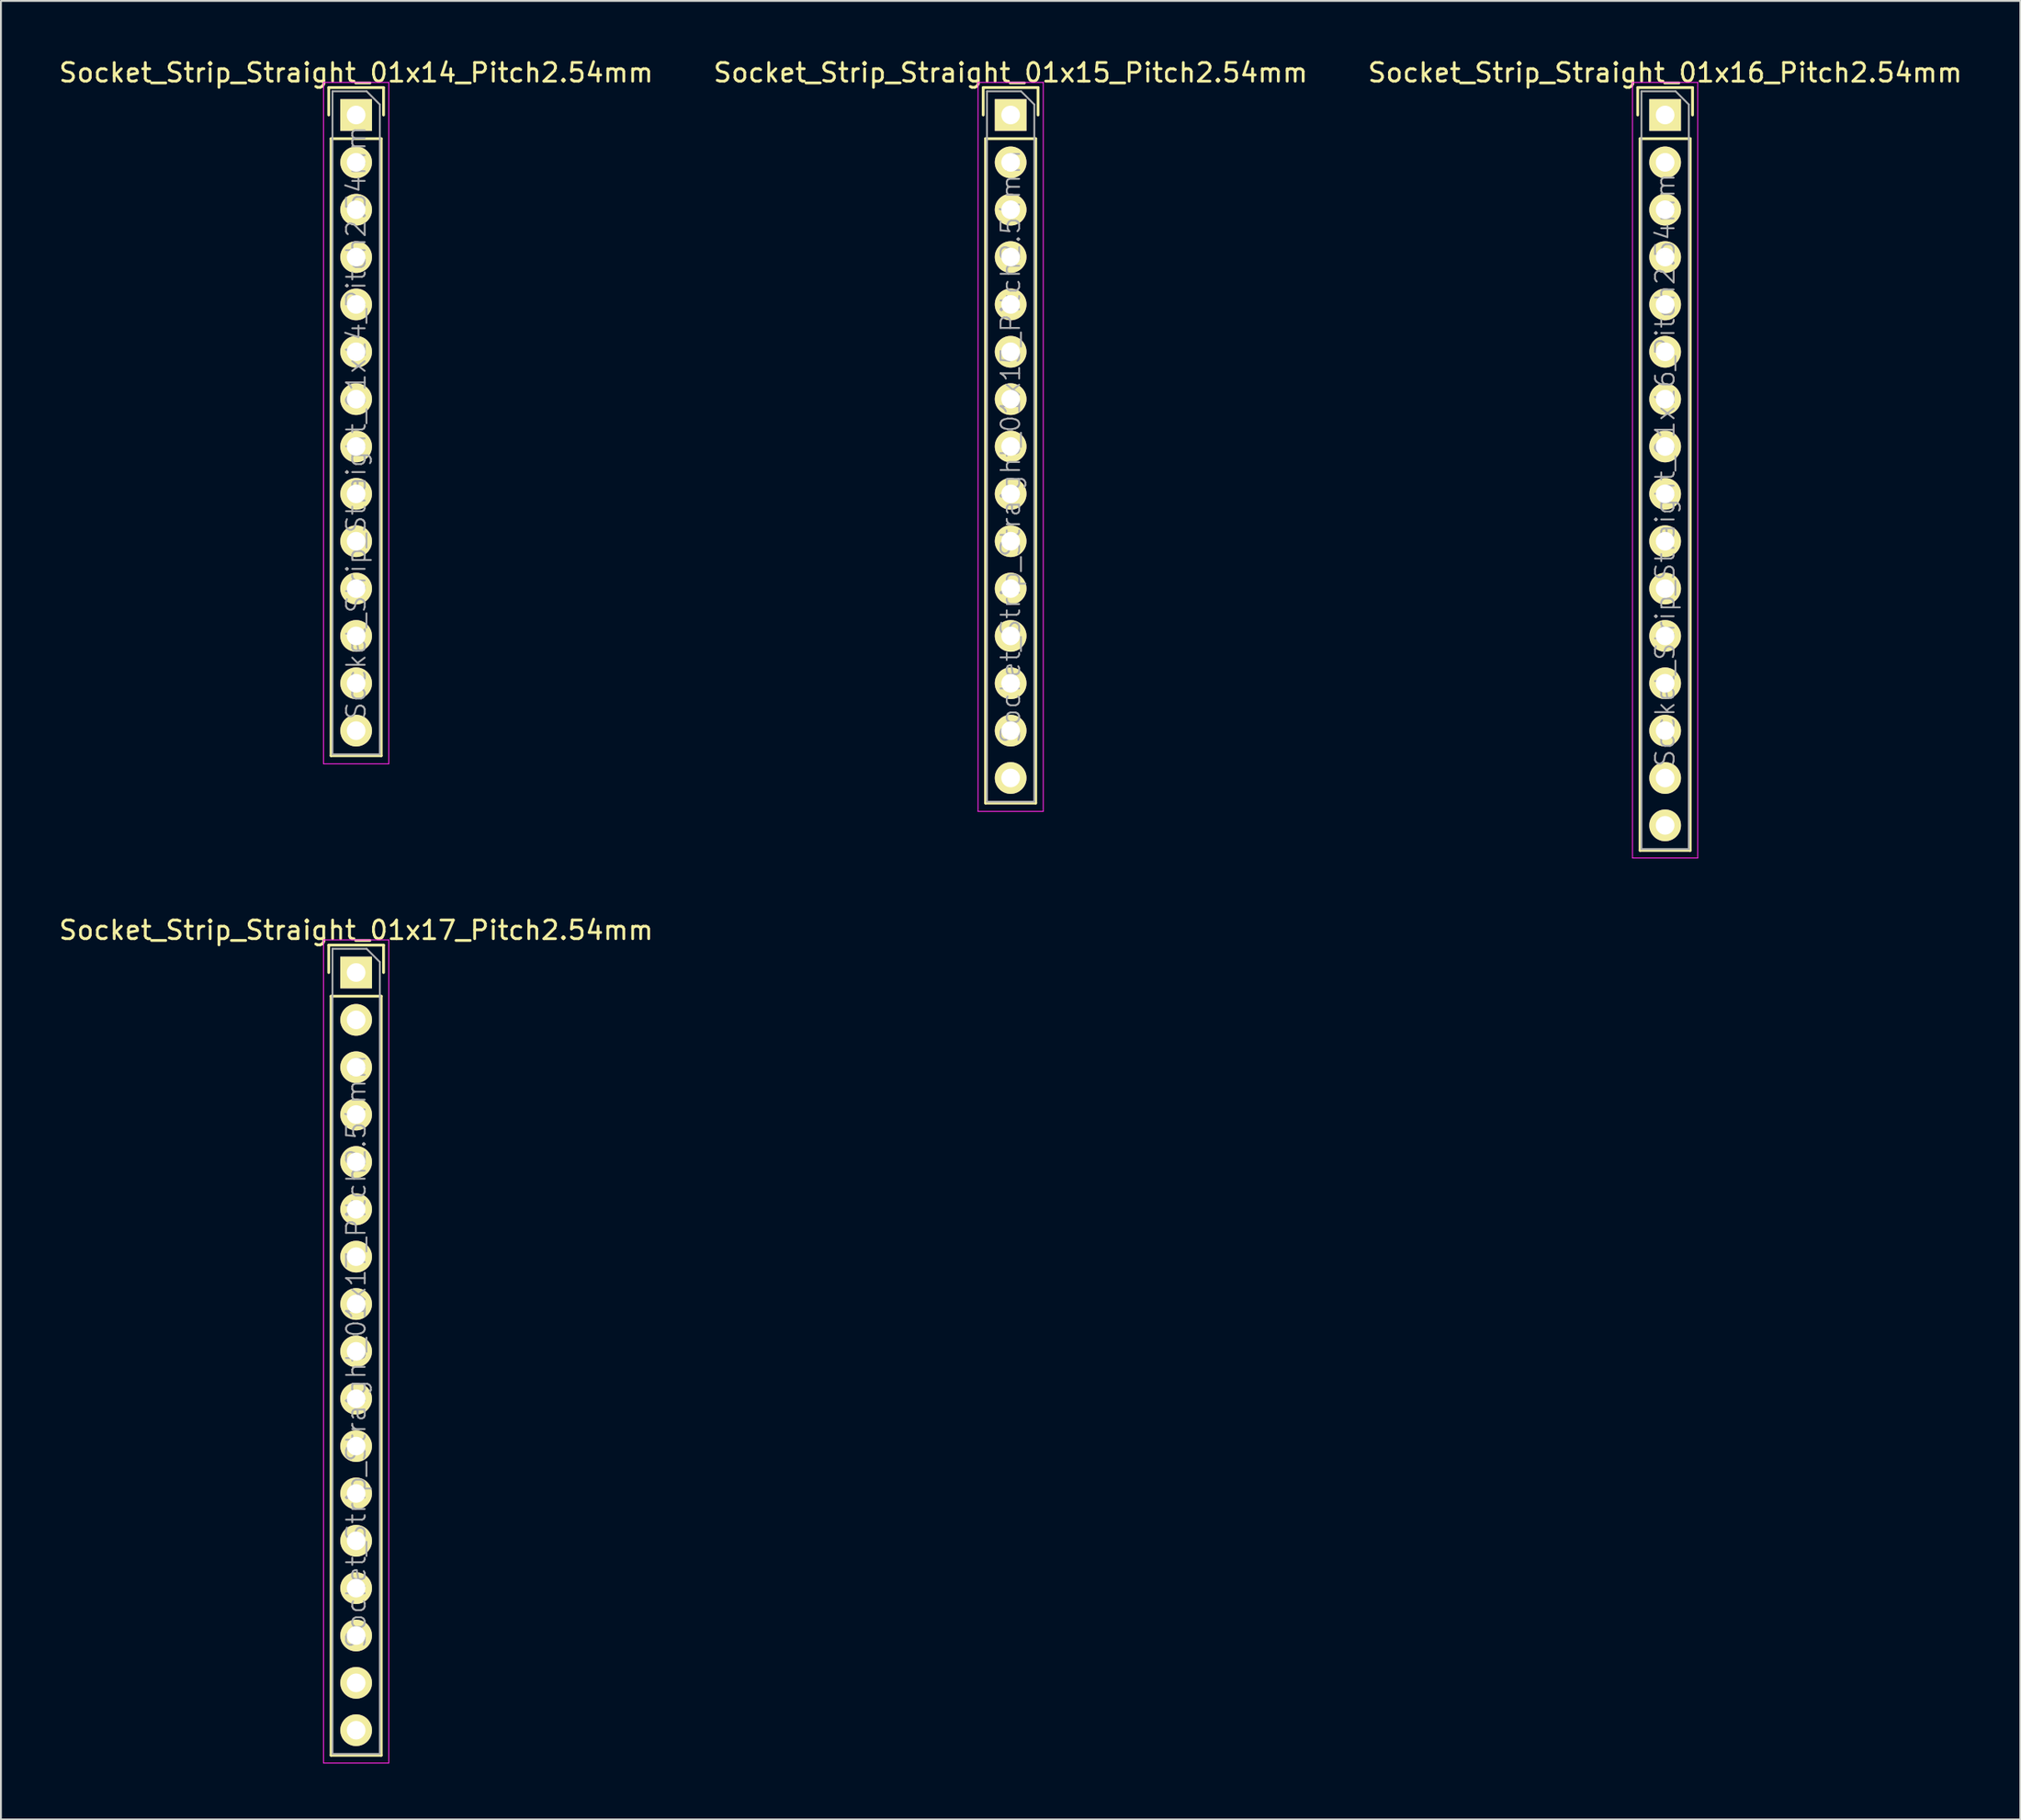
<source format=kicad_pcb>
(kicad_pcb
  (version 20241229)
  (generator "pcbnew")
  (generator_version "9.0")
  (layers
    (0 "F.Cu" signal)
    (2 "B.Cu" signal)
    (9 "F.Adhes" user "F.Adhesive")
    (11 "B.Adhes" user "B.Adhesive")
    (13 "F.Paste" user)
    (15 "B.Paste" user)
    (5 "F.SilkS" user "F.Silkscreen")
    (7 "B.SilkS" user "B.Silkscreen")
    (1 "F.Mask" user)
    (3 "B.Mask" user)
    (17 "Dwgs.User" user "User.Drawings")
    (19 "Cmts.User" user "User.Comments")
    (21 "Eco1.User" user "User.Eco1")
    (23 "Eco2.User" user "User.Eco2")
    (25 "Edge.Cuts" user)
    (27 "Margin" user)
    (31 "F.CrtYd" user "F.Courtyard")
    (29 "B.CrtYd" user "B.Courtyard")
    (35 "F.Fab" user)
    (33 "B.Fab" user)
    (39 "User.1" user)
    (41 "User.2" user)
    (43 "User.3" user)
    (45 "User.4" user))
  (footprint "Socket_Strip_Straight_01x15_Pitch2.54mm"
    (layer "F.Cu")
    (at 51.161 3.118)
    (property "Reference" "Socket_Strip_Straight_01x15_Pitch2.54mm" (at 0 -2.27 0) (layer "F.SilkS") (effects (font (size 1 1) (thickness 0.15))))
    (attr smd)
    (fp_line (start -1.47 -1.47) (end -1.47 0) (stroke (width 0.15) (type solid)) (layer "F.SilkS"))
    (fp_line (start -1.47 -1.47) (end 1.47 -1.47) (stroke (width 0.15) (type solid)) (layer "F.SilkS"))
    (fp_line (start -1.345 1.27) (end -1.345 36.905) (stroke (width 0.15) (type solid)) (layer "F.SilkS"))
    (fp_line (start -1.345 1.27) (end 1.345 1.27) (stroke (width 0.15) (type solid)) (layer "F.SilkS"))
    (fp_line (start -1.345 36.905) (end 1.345 36.905) (stroke (width 0.15) (type solid)) (layer "F.SilkS"))
    (fp_line (start 1.345 1.27) (end 1.345 36.905) (stroke (width 0.15) (type solid)) (layer "F.SilkS"))
    (fp_line (start 1.47 -1.47) (end 1.47 0) (stroke (width 0.15) (type solid)) (layer "F.SilkS"))
    (fp_line (start -1.75 -1.75) (end -1.75 37.35) (stroke (width 0.05) (type solid)) (layer "F.CrtYd"))
    (fp_line (start 1.75 -1.75) (end -1.75 -1.75) (stroke (width 0.05) (type solid)) (layer "F.CrtYd"))
    (fp_line (start 1.75 -1.75) (end 1.75 37.35) (stroke (width 0.05) (type solid)) (layer "F.CrtYd"))
    (fp_line (start 1.75 37.35) (end -1.75 37.35) (stroke (width 0.05) (type solid)) (layer "F.CrtYd"))
    (fp_line (start -1.27 -1.27) (end 0.563 -1.27) (stroke (width 0.1) (type solid)) (layer "F.Fab"))
    (fp_line (start -1.27 36.83) (end -1.27 -1.27) (stroke (width 0.1) (type solid)) (layer "F.Fab"))
    (fp_line (start -1.27 36.83) (end 1.27 36.83) (stroke (width 0.1) (type solid)) (layer "F.Fab"))
    (fp_line (start 1.27 -0.563) (end 0.563 -1.27) (stroke (width 0.1) (type solid)) (layer "F.Fab"))
    (fp_line (start 1.27 36.83) (end 1.27 -0.563) (stroke (width 0.1) (type solid)) (layer "F.Fab"))
    (fp_text user "${REFERENCE}" (at 0 17.78 90) (layer "F.Fab") (effects (font (size 1 1) (thickness 0.1))))
    (pad "1" thru_hole rect (at 0 0) (size 1.7 1.7) (drill 1) (layers "*.Cu" "*.Mask" "F.SilkS"))
    (pad "2" thru_hole oval (at 0 2.54) (size 1.7 1.7) (drill 1) (layers "*.Cu" "*.Mask" "F.SilkS"))
    (pad "3" thru_hole oval (at 0 5.08) (size 1.7 1.7) (drill 1) (layers "*.Cu" "*.Mask" "F.SilkS"))
    (pad "4" thru_hole oval (at 0 7.62) (size 1.7 1.7) (drill 1) (layers "*.Cu" "*.Mask" "F.SilkS"))
    (pad "5" thru_hole oval (at 0 10.16) (size 1.7 1.7) (drill 1) (layers "*.Cu" "*.Mask" "F.SilkS"))
    (pad "6" thru_hole oval (at 0 12.7) (size 1.7 1.7) (drill 1) (layers "*.Cu" "*.Mask" "F.SilkS"))
    (pad "7" thru_hole oval (at 0 15.24) (size 1.7 1.7) (drill 1) (layers "*.Cu" "*.Mask" "F.SilkS"))
    (pad "8" thru_hole oval (at 0 17.78) (size 1.7 1.7) (drill 1) (layers "*.Cu" "*.Mask" "F.SilkS"))
    (pad "9" thru_hole oval (at 0 20.32) (size 1.7 1.7) (drill 1) (layers "*.Cu" "*.Mask" "F.SilkS"))
    (pad "10" thru_hole oval (at 0 22.86) (size 1.7 1.7) (drill 1) (layers "*.Cu" "*.Mask" "F.SilkS"))
    (pad "11" thru_hole oval (at 0 25.4) (size 1.7 1.7) (drill 1) (layers "*.Cu" "*.Mask" "F.SilkS"))
    (pad "12" thru_hole oval (at 0 27.94) (size 1.7 1.7) (drill 1) (layers "*.Cu" "*.Mask" "F.SilkS"))
    (pad "13" thru_hole oval (at 0 30.48) (size 1.7 1.7) (drill 1) (layers "*.Cu" "*.Mask" "F.SilkS"))
    (pad "14" thru_hole oval (at 0 33.02) (size 1.7 1.7) (drill 1) (layers "*.Cu" "*.Mask" "F.SilkS"))
    (pad "15" thru_hole oval (at 0 35.56) (size 1.7 1.7) (drill 1) (layers "*.Cu" "*.Mask" "F.SilkS")))
  (footprint "Socket_Strip_Straight_01x14_Pitch2.54mm"
    (layer "F.Cu")
    (at 16.054 3.118)
    (property "Reference" "Socket_Strip_Straight_01x14_Pitch2.54mm" (at 0 -2.27 0) (layer "F.SilkS") (effects (font (size 1 1) (thickness 0.15))))
    (attr smd)
    (fp_line (start -1.47 -1.47) (end -1.47 0) (stroke (width 0.15) (type solid)) (layer "F.SilkS"))
    (fp_line (start -1.47 -1.47) (end 1.47 -1.47) (stroke (width 0.15) (type solid)) (layer "F.SilkS"))
    (fp_line (start -1.345 1.27) (end -1.345 34.365) (stroke (width 0.15) (type solid)) (layer "F.SilkS"))
    (fp_line (start -1.345 1.27) (end 1.345 1.27) (stroke (width 0.15) (type solid)) (layer "F.SilkS"))
    (fp_line (start -1.345 34.365) (end 1.345 34.365) (stroke (width 0.15) (type solid)) (layer "F.SilkS"))
    (fp_line (start 1.345 1.27) (end 1.345 34.365) (stroke (width 0.15) (type solid)) (layer "F.SilkS"))
    (fp_line (start 1.47 -1.47) (end 1.47 0) (stroke (width 0.15) (type solid)) (layer "F.SilkS"))
    (fp_line (start -1.75 -1.75) (end -1.75 34.8) (stroke (width 0.05) (type solid)) (layer "F.CrtYd"))
    (fp_line (start 1.75 -1.75) (end -1.75 -1.75) (stroke (width 0.05) (type solid)) (layer "F.CrtYd"))
    (fp_line (start 1.75 -1.75) (end 1.75 34.8) (stroke (width 0.05) (type solid)) (layer "F.CrtYd"))
    (fp_line (start 1.75 34.8) (end -1.75 34.8) (stroke (width 0.05) (type solid)) (layer "F.CrtYd"))
    (fp_line (start -1.27 -1.27) (end 0.563 -1.27) (stroke (width 0.1) (type solid)) (layer "F.Fab"))
    (fp_line (start -1.27 34.29) (end -1.27 -1.27) (stroke (width 0.1) (type solid)) (layer "F.Fab"))
    (fp_line (start -1.27 34.29) (end 1.27 34.29) (stroke (width 0.1) (type solid)) (layer "F.Fab"))
    (fp_line (start 1.27 -0.563) (end 0.563 -1.27) (stroke (width 0.1) (type solid)) (layer "F.Fab"))
    (fp_line (start 1.27 34.29) (end 1.27 -0.563) (stroke (width 0.1) (type solid)) (layer "F.Fab"))
    (fp_text user "${REFERENCE}" (at 0 16.51 90) (layer "F.Fab") (effects (font (size 1 1) (thickness 0.1))))
    (pad "1" thru_hole rect (at 0 0) (size 1.7 1.7) (drill 1) (layers "*.Cu" "*.Mask" "F.SilkS"))
    (pad "2" thru_hole oval (at 0 2.54) (size 1.7 1.7) (drill 1) (layers "*.Cu" "*.Mask" "F.SilkS"))
    (pad "3" thru_hole oval (at 0 5.08) (size 1.7 1.7) (drill 1) (layers "*.Cu" "*.Mask" "F.SilkS"))
    (pad "4" thru_hole oval (at 0 7.62) (size 1.7 1.7) (drill 1) (layers "*.Cu" "*.Mask" "F.SilkS"))
    (pad "5" thru_hole oval (at 0 10.16) (size 1.7 1.7) (drill 1) (layers "*.Cu" "*.Mask" "F.SilkS"))
    (pad "6" thru_hole oval (at 0 12.7) (size 1.7 1.7) (drill 1) (layers "*.Cu" "*.Mask" "F.SilkS"))
    (pad "7" thru_hole oval (at 0 15.24) (size 1.7 1.7) (drill 1) (layers "*.Cu" "*.Mask" "F.SilkS"))
    (pad "8" thru_hole oval (at 0 17.78) (size 1.7 1.7) (drill 1) (layers "*.Cu" "*.Mask" "F.SilkS"))
    (pad "9" thru_hole oval (at 0 20.32) (size 1.7 1.7) (drill 1) (layers "*.Cu" "*.Mask" "F.SilkS"))
    (pad "10" thru_hole oval (at 0 22.86) (size 1.7 1.7) (drill 1) (layers "*.Cu" "*.Mask" "F.SilkS"))
    (pad "11" thru_hole oval (at 0 25.4) (size 1.7 1.7) (drill 1) (layers "*.Cu" "*.Mask" "F.SilkS"))
    (pad "12" thru_hole oval (at 0 27.94) (size 1.7 1.7) (drill 1) (layers "*.Cu" "*.Mask" "F.SilkS"))
    (pad "13" thru_hole oval (at 0 30.48) (size 1.7 1.7) (drill 1) (layers "*.Cu" "*.Mask" "F.SilkS"))
    (pad "14" thru_hole oval (at 0 33.02) (size 1.7 1.7) (drill 1) (layers "*.Cu" "*.Mask" "F.SilkS")))
  (footprint "Socket_Strip_Straight_01x16_Pitch2.54mm"
    (layer "F.Cu")
    (at 86.268 3.118)
    (property "Reference" "Socket_Strip_Straight_01x16_Pitch2.54mm" (at 0 -2.27 0) (layer "F.SilkS") (effects (font (size 1 1) (thickness 0.15))))
    (attr smd)
    (fp_line (start -1.47 -1.47) (end -1.47 0) (stroke (width 0.15) (type solid)) (layer "F.SilkS"))
    (fp_line (start -1.47 -1.47) (end 1.47 -1.47) (stroke (width 0.15) (type solid)) (layer "F.SilkS"))
    (fp_line (start -1.345 1.27) (end -1.345 39.445) (stroke (width 0.15) (type solid)) (layer "F.SilkS"))
    (fp_line (start -1.345 1.27) (end 1.345 1.27) (stroke (width 0.15) (type solid)) (layer "F.SilkS"))
    (fp_line (start -1.345 39.445) (end 1.345 39.445) (stroke (width 0.15) (type solid)) (layer "F.SilkS"))
    (fp_line (start 1.345 1.27) (end 1.345 39.445) (stroke (width 0.15) (type solid)) (layer "F.SilkS"))
    (fp_line (start 1.47 -1.47) (end 1.47 0) (stroke (width 0.15) (type solid)) (layer "F.SilkS"))
    (fp_line (start -1.75 -1.75) (end -1.75 39.85) (stroke (width 0.05) (type solid)) (layer "F.CrtYd"))
    (fp_line (start 1.75 -1.75) (end -1.75 -1.75) (stroke (width 0.05) (type solid)) (layer "F.CrtYd"))
    (fp_line (start 1.75 -1.75) (end 1.75 39.85) (stroke (width 0.05) (type solid)) (layer "F.CrtYd"))
    (fp_line (start 1.75 39.85) (end -1.75 39.85) (stroke (width 0.05) (type solid)) (layer "F.CrtYd"))
    (fp_line (start -1.27 -1.27) (end 0.563 -1.27) (stroke (width 0.1) (type solid)) (layer "F.Fab"))
    (fp_line (start -1.27 39.37) (end -1.27 -1.27) (stroke (width 0.1) (type solid)) (layer "F.Fab"))
    (fp_line (start -1.27 39.37) (end 1.27 39.37) (stroke (width 0.1) (type solid)) (layer "F.Fab"))
    (fp_line (start 1.27 -0.563) (end 0.563 -1.27) (stroke (width 0.1) (type solid)) (layer "F.Fab"))
    (fp_line (start 1.27 39.37) (end 1.27 -0.563) (stroke (width 0.1) (type solid)) (layer "F.Fab"))
    (fp_text user "${REFERENCE}" (at 0 19.05 90) (layer "F.Fab") (effects (font (size 1 1) (thickness 0.1))))
    (pad "1" thru_hole rect (at 0 0) (size 1.7 1.7) (drill 1) (layers "*.Cu" "*.Mask" "F.SilkS"))
    (pad "2" thru_hole oval (at 0 2.54) (size 1.7 1.7) (drill 1) (layers "*.Cu" "*.Mask" "F.SilkS"))
    (pad "3" thru_hole oval (at 0 5.08) (size 1.7 1.7) (drill 1) (layers "*.Cu" "*.Mask" "F.SilkS"))
    (pad "4" thru_hole oval (at 0 7.62) (size 1.7 1.7) (drill 1) (layers "*.Cu" "*.Mask" "F.SilkS"))
    (pad "5" thru_hole oval (at 0 10.16) (size 1.7 1.7) (drill 1) (layers "*.Cu" "*.Mask" "F.SilkS"))
    (pad "6" thru_hole oval (at 0 12.7) (size 1.7 1.7) (drill 1) (layers "*.Cu" "*.Mask" "F.SilkS"))
    (pad "7" thru_hole oval (at 0 15.24) (size 1.7 1.7) (drill 1) (layers "*.Cu" "*.Mask" "F.SilkS"))
    (pad "8" thru_hole oval (at 0 17.78) (size 1.7 1.7) (drill 1) (layers "*.Cu" "*.Mask" "F.SilkS"))
    (pad "9" thru_hole oval (at 0 20.32) (size 1.7 1.7) (drill 1) (layers "*.Cu" "*.Mask" "F.SilkS"))
    (pad "10" thru_hole oval (at 0 22.86) (size 1.7 1.7) (drill 1) (layers "*.Cu" "*.Mask" "F.SilkS"))
    (pad "11" thru_hole oval (at 0 25.4) (size 1.7 1.7) (drill 1) (layers "*.Cu" "*.Mask" "F.SilkS"))
    (pad "12" thru_hole oval (at 0 27.94) (size 1.7 1.7) (drill 1) (layers "*.Cu" "*.Mask" "F.SilkS"))
    (pad "13" thru_hole oval (at 0 30.48) (size 1.7 1.7) (drill 1) (layers "*.Cu" "*.Mask" "F.SilkS"))
    (pad "14" thru_hole oval (at 0 33.02) (size 1.7 1.7) (drill 1) (layers "*.Cu" "*.Mask" "F.SilkS"))
    (pad "15" thru_hole oval (at 0 35.56) (size 1.7 1.7) (drill 1) (layers "*.Cu" "*.Mask" "F.SilkS"))
    (pad "16" thru_hole oval (at 0 38.1) (size 1.7 1.7) (drill 1) (layers "*.Cu" "*.Mask" "F.SilkS")))
  (footprint "Socket_Strip_Straight_01x17_Pitch2.54mm"
    (layer "F.Cu")
    (at 16.054 49.111)
    (property "Reference" "Socket_Strip_Straight_01x17_Pitch2.54mm" (at 0 -2.27 0) (layer "F.SilkS") (effects (font (size 1 1) (thickness 0.15))))
    (attr smd)
    (fp_line (start -1.47 -1.47) (end -1.47 0) (stroke (width 0.15) (type solid)) (layer "F.SilkS"))
    (fp_line (start -1.47 -1.47) (end 1.47 -1.47) (stroke (width 0.15) (type solid)) (layer "F.SilkS"))
    (fp_line (start -1.345 1.27) (end -1.345 41.985) (stroke (width 0.15) (type solid)) (layer "F.SilkS"))
    (fp_line (start -1.345 1.27) (end 1.345 1.27) (stroke (width 0.15) (type solid)) (layer "F.SilkS"))
    (fp_line (start -1.345 41.985) (end 1.345 41.985) (stroke (width 0.15) (type solid)) (layer "F.SilkS"))
    (fp_line (start 1.345 1.27) (end 1.345 41.985) (stroke (width 0.15) (type solid)) (layer "F.SilkS"))
    (fp_line (start 1.47 -1.47) (end 1.47 0) (stroke (width 0.15) (type solid)) (layer "F.SilkS"))
    (fp_line (start -1.75 -1.75) (end -1.75 42.4) (stroke (width 0.05) (type solid)) (layer "F.CrtYd"))
    (fp_line (start 1.75 -1.75) (end -1.75 -1.75) (stroke (width 0.05) (type solid)) (layer "F.CrtYd"))
    (fp_line (start 1.75 -1.75) (end 1.75 42.4) (stroke (width 0.05) (type solid)) (layer "F.CrtYd"))
    (fp_line (start 1.75 42.4) (end -1.75 42.4) (stroke (width 0.05) (type solid)) (layer "F.CrtYd"))
    (fp_line (start -1.27 -1.27) (end 0.563 -1.27) (stroke (width 0.1) (type solid)) (layer "F.Fab"))
    (fp_line (start -1.27 41.91) (end -1.27 -1.27) (stroke (width 0.1) (type solid)) (layer "F.Fab"))
    (fp_line (start -1.27 41.91) (end 1.27 41.91) (stroke (width 0.1) (type solid)) (layer "F.Fab"))
    (fp_line (start 1.27 -0.563) (end 0.563 -1.27) (stroke (width 0.1) (type solid)) (layer "F.Fab"))
    (fp_line (start 1.27 41.91) (end 1.27 -0.563) (stroke (width 0.1) (type solid)) (layer "F.Fab"))
    (fp_text user "${REFERENCE}" (at 0 20.32 90) (layer "F.Fab") (effects (font (size 1 1) (thickness 0.1))))
    (pad "1" thru_hole rect (at 0 0) (size 1.7 1.7) (drill 1) (layers "*.Cu" "*.Mask" "F.SilkS"))
    (pad "2" thru_hole oval (at 0 2.54) (size 1.7 1.7) (drill 1) (layers "*.Cu" "*.Mask" "F.SilkS"))
    (pad "3" thru_hole oval (at 0 5.08) (size 1.7 1.7) (drill 1) (layers "*.Cu" "*.Mask" "F.SilkS"))
    (pad "4" thru_hole oval (at 0 7.62) (size 1.7 1.7) (drill 1) (layers "*.Cu" "*.Mask" "F.SilkS"))
    (pad "5" thru_hole oval (at 0 10.16) (size 1.7 1.7) (drill 1) (layers "*.Cu" "*.Mask" "F.SilkS"))
    (pad "6" thru_hole oval (at 0 12.7) (size 1.7 1.7) (drill 1) (layers "*.Cu" "*.Mask" "F.SilkS"))
    (pad "7" thru_hole oval (at 0 15.24) (size 1.7 1.7) (drill 1) (layers "*.Cu" "*.Mask" "F.SilkS"))
    (pad "8" thru_hole oval (at 0 17.78) (size 1.7 1.7) (drill 1) (layers "*.Cu" "*.Mask" "F.SilkS"))
    (pad "9" thru_hole oval (at 0 20.32) (size 1.7 1.7) (drill 1) (layers "*.Cu" "*.Mask" "F.SilkS"))
    (pad "10" thru_hole oval (at 0 22.86) (size 1.7 1.7) (drill 1) (layers "*.Cu" "*.Mask" "F.SilkS"))
    (pad "11" thru_hole oval (at 0 25.4) (size 1.7 1.7) (drill 1) (layers "*.Cu" "*.Mask" "F.SilkS"))
    (pad "12" thru_hole oval (at 0 27.94) (size 1.7 1.7) (drill 1) (layers "*.Cu" "*.Mask" "F.SilkS"))
    (pad "13" thru_hole oval (at 0 30.48) (size 1.7 1.7) (drill 1) (layers "*.Cu" "*.Mask" "F.SilkS"))
    (pad "14" thru_hole oval (at 0 33.02) (size 1.7 1.7) (drill 1) (layers "*.Cu" "*.Mask" "F.SilkS"))
    (pad "15" thru_hole oval (at 0 35.56) (size 1.7 1.7) (drill 1) (layers "*.Cu" "*.Mask" "F.SilkS"))
    (pad "16" thru_hole oval (at 0 38.1) (size 1.7 1.7) (drill 1) (layers "*.Cu" "*.Mask" "F.SilkS"))
    (pad "17" thru_hole oval (at 0 40.64) (size 1.7 1.7) (drill 1) (layers "*.Cu" "*.Mask" "F.SilkS")))
  (gr_rect
    (start -3 -3)
    (end 105.321 94.537)
    (stroke (width 0.1) (type default))
    (fill no)
    (layer "Edge.Cuts")))
</source>
